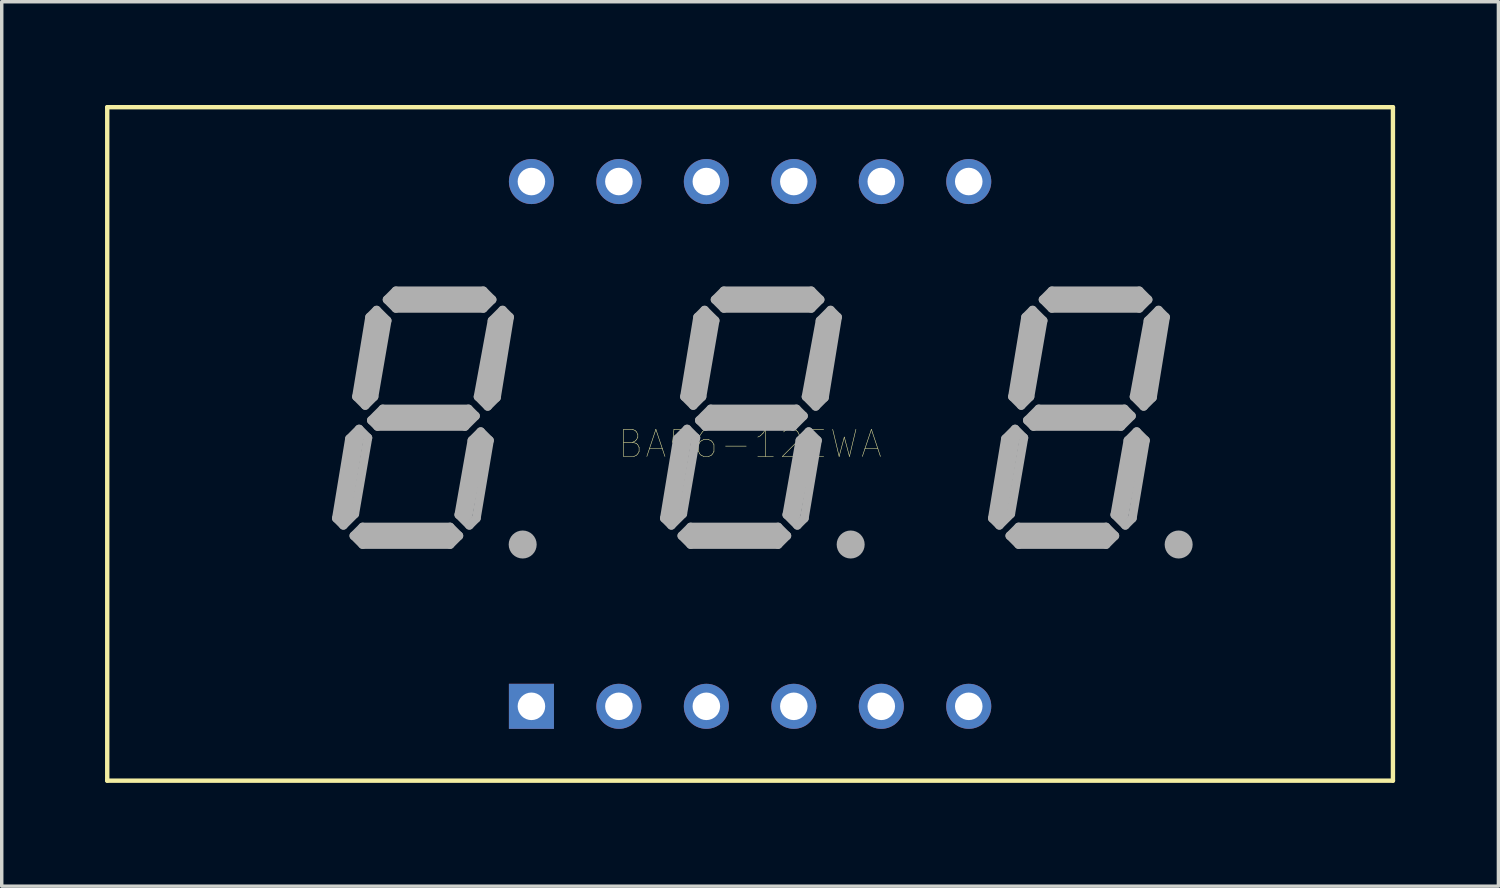
<source format=kicad_pcb>
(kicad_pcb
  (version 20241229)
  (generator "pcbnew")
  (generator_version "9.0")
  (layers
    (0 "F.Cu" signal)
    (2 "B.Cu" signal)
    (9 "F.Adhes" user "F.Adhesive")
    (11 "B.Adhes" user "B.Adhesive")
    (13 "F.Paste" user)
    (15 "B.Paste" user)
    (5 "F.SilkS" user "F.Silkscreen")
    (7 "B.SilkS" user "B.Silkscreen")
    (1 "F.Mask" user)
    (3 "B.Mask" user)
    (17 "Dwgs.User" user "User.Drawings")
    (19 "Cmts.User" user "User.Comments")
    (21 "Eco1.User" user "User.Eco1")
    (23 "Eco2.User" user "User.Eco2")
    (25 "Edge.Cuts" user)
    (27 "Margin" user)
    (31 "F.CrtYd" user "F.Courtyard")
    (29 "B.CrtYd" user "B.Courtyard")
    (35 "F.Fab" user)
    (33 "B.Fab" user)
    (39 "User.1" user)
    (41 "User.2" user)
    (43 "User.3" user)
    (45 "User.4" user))
  (footprint "BA56-12EWA"
    (layer "F.Cu")
    (at 18.733 9.842)
    (property "Reference" "BA56-12EWA" (at 0 0 0) (layer "F.SilkS") (effects (font (size 0.787 0.787) (thickness 0.015))))
    (attr through_hole)
    (fp_line (start -18.669 -9.779) (end 18.669 -9.779) (stroke (width 0.127) (type solid)) (layer "F.SilkS"))
    (fp_line (start -18.669 9.779) (end -18.669 -9.779) (stroke (width 0.127) (type solid)) (layer "F.SilkS"))
    (fp_line (start 18.669 -9.779) (end 18.669 9.779) (stroke (width 0.127) (type solid)) (layer "F.SilkS"))
    (fp_line (start 18.669 9.779) (end -18.669 9.779) (stroke (width 0.127) (type solid)) (layer "F.SilkS"))
    (fp_line (start -12.014 2.159) (end -11.811 2.362) (stroke (width 0.254) (type solid)) (layer "F.Fab"))
    (fp_line (start -11.811 2.159) (end -11.43 -0.127) (stroke (width 0.406) (type solid)) (layer "F.Fab"))
    (fp_line (start -11.811 2.362) (end -11.481 2.032) (stroke (width 0.254) (type solid)) (layer "F.Fab"))
    (fp_line (start -11.633 -0.152) (end -12.014 2.159) (stroke (width 0.254) (type solid)) (layer "F.Fab"))
    (fp_line (start -11.506 2.667) (end -11.252 2.413) (stroke (width 0.254) (type solid)) (layer "F.Fab"))
    (fp_line (start -11.481 2.032) (end -11.1 -0.178) (stroke (width 0.254) (type solid)) (layer "F.Fab"))
    (fp_line (start -11.43 -1.372) (end -11.049 -3.683) (stroke (width 0.254) (type solid)) (layer "F.Fab"))
    (fp_line (start -11.354 -0.432) (end -11.633 -0.152) (stroke (width 0.254) (type solid)) (layer "F.Fab"))
    (fp_line (start -11.354 -0.432) (end -11.1 -0.178) (stroke (width 0.254) (type solid)) (layer "F.Fab"))
    (fp_line (start -11.252 2.413) (end -8.712 2.413) (stroke (width 0.254) (type solid)) (layer "F.Fab"))
    (fp_line (start -11.252 2.921) (end -11.506 2.667) (stroke (width 0.254) (type solid)) (layer "F.Fab"))
    (fp_line (start -11.176 -1.118) (end -11.43 -1.372) (stroke (width 0.254) (type solid)) (layer "F.Fab"))
    (fp_line (start -11.049 -3.683) (end -10.846 -3.886) (stroke (width 0.254) (type solid)) (layer "F.Fab"))
    (fp_line (start -10.998 -0.686) (end -10.668 -1.016) (stroke (width 0.254) (type solid)) (layer "F.Fab"))
    (fp_line (start -10.922 -1.372) (end -11.176 -1.118) (stroke (width 0.254) (type solid)) (layer "F.Fab"))
    (fp_line (start -10.846 -3.886) (end -10.541 -3.581) (stroke (width 0.254) (type solid)) (layer "F.Fab"))
    (fp_line (start -10.82 -0.508) (end -10.998 -0.686) (stroke (width 0.254) (type solid)) (layer "F.Fab"))
    (fp_line (start -10.795 -3.556) (end -11.176 -1.397) (stroke (width 0.406) (type solid)) (layer "F.Fab"))
    (fp_line (start -10.795 -0.762) (end -8.255 -0.762) (stroke (width 0.406) (type solid)) (layer "F.Fab"))
    (fp_line (start -10.668 -1.016) (end -8.179 -1.016) (stroke (width 0.254) (type solid)) (layer "F.Fab"))
    (fp_line (start -10.541 -4.191) (end -10.287 -4.445) (stroke (width 0.254) (type solid)) (layer "F.Fab"))
    (fp_line (start -10.541 -3.581) (end -10.922 -1.372) (stroke (width 0.254) (type solid)) (layer "F.Fab"))
    (fp_line (start -10.287 -4.445) (end -7.747 -4.445) (stroke (width 0.254) (type solid)) (layer "F.Fab"))
    (fp_line (start -10.287 -3.937) (end -10.541 -4.191) (stroke (width 0.254) (type solid)) (layer "F.Fab"))
    (fp_line (start -8.763 2.667) (end -11.176 2.667) (stroke (width 0.406) (type solid)) (layer "F.Fab"))
    (fp_line (start -8.712 2.413) (end -8.458 2.667) (stroke (width 0.254) (type solid)) (layer "F.Fab"))
    (fp_line (start -8.712 2.921) (end -11.252 2.921) (stroke (width 0.254) (type solid)) (layer "F.Fab"))
    (fp_line (start -8.458 2.057) (end -8.153 2.362) (stroke (width 0.254) (type solid)) (layer "F.Fab"))
    (fp_line (start -8.458 2.667) (end -8.712 2.921) (stroke (width 0.254) (type solid)) (layer "F.Fab"))
    (fp_line (start -8.28 -0.508) (end -10.82 -0.508) (stroke (width 0.254) (type solid)) (layer "F.Fab"))
    (fp_line (start -8.179 -1.016) (end -7.976 -0.813) (stroke (width 0.254) (type solid)) (layer "F.Fab"))
    (fp_line (start -8.153 2.362) (end -7.95 2.159) (stroke (width 0.254) (type solid)) (layer "F.Fab"))
    (fp_line (start -8.077 -0.102) (end -8.458 2.057) (stroke (width 0.254) (type solid)) (layer "F.Fab"))
    (fp_line (start -7.976 -0.813) (end -8.28 -0.508) (stroke (width 0.254) (type solid)) (layer "F.Fab"))
    (fp_line (start -7.95 2.159) (end -7.569 -0.102) (stroke (width 0.254) (type solid)) (layer "F.Fab"))
    (fp_line (start -7.899 -1.372) (end -7.62 -1.092) (stroke (width 0.254) (type solid)) (layer "F.Fab"))
    (fp_line (start -7.874 0) (end -8.255 2.032) (stroke (width 0.406) (type solid)) (layer "F.Fab"))
    (fp_line (start -7.823 -0.356) (end -8.077 -0.102) (stroke (width 0.254) (type solid)) (layer "F.Fab"))
    (fp_line (start -7.747 -4.445) (end -7.493 -4.191) (stroke (width 0.254) (type solid)) (layer "F.Fab"))
    (fp_line (start -7.747 -4.191) (end -10.287 -4.191) (stroke (width 0.406) (type solid)) (layer "F.Fab"))
    (fp_line (start -7.747 -3.937) (end -10.287 -3.937) (stroke (width 0.254) (type solid)) (layer "F.Fab"))
    (fp_line (start -7.62 -1.092) (end -7.366 -1.346) (stroke (width 0.254) (type solid)) (layer "F.Fab"))
    (fp_line (start -7.569 -0.102) (end -7.823 -0.356) (stroke (width 0.254) (type solid)) (layer "F.Fab"))
    (fp_line (start -7.493 -4.191) (end -7.747 -3.937) (stroke (width 0.254) (type solid)) (layer "F.Fab"))
    (fp_line (start -7.493 -3.581) (end -7.899 -1.372) (stroke (width 0.254) (type solid)) (layer "F.Fab"))
    (fp_line (start -7.366 -1.346) (end -6.985 -3.683) (stroke (width 0.254) (type solid)) (layer "F.Fab"))
    (fp_line (start -7.239 -3.556) (end -7.62 -1.397) (stroke (width 0.406) (type solid)) (layer "F.Fab"))
    (fp_line (start -7.188 -3.886) (end -7.493 -3.581) (stroke (width 0.254) (type solid)) (layer "F.Fab"))
    (fp_line (start -6.985 -3.683) (end -7.188 -3.886) (stroke (width 0.254) (type solid)) (layer "F.Fab"))
    (fp_line (start -6.731 2.921) (end -6.477 2.921) (stroke (width 0.305) (type solid)) (layer "F.Fab"))
    (fp_line (start -2.489 2.159) (end -2.286 2.362) (stroke (width 0.254) (type solid)) (layer "F.Fab"))
    (fp_line (start -2.286 2.159) (end -1.905 -0.127) (stroke (width 0.406) (type solid)) (layer "F.Fab"))
    (fp_line (start -2.286 2.362) (end -1.956 2.032) (stroke (width 0.254) (type solid)) (layer "F.Fab"))
    (fp_line (start -2.108 -0.152) (end -2.489 2.159) (stroke (width 0.254) (type solid)) (layer "F.Fab"))
    (fp_line (start -1.981 2.667) (end -1.727 2.413) (stroke (width 0.254) (type solid)) (layer "F.Fab"))
    (fp_line (start -1.956 2.032) (end -1.575 -0.178) (stroke (width 0.254) (type solid)) (layer "F.Fab"))
    (fp_line (start -1.905 -1.372) (end -1.524 -3.683) (stroke (width 0.254) (type solid)) (layer "F.Fab"))
    (fp_line (start -1.829 -0.432) (end -2.108 -0.152) (stroke (width 0.254) (type solid)) (layer "F.Fab"))
    (fp_line (start -1.829 -0.432) (end -1.575 -0.178) (stroke (width 0.254) (type solid)) (layer "F.Fab"))
    (fp_line (start -1.727 2.413) (end 0.813 2.413) (stroke (width 0.254) (type solid)) (layer "F.Fab"))
    (fp_line (start -1.727 2.921) (end -1.981 2.667) (stroke (width 0.254) (type solid)) (layer "F.Fab"))
    (fp_line (start -1.651 -1.118) (end -1.905 -1.372) (stroke (width 0.254) (type solid)) (layer "F.Fab"))
    (fp_line (start -1.524 -3.683) (end -1.321 -3.886) (stroke (width 0.254) (type solid)) (layer "F.Fab"))
    (fp_line (start -1.473 -0.686) (end -1.143 -1.016) (stroke (width 0.254) (type solid)) (layer "F.Fab"))
    (fp_line (start -1.397 -1.372) (end -1.651 -1.118) (stroke (width 0.254) (type solid)) (layer "F.Fab"))
    (fp_line (start -1.321 -3.886) (end -1.016 -3.581) (stroke (width 0.254) (type solid)) (layer "F.Fab"))
    (fp_line (start -1.295 -0.508) (end -1.473 -0.686) (stroke (width 0.254) (type solid)) (layer "F.Fab"))
    (fp_line (start -1.27 -3.556) (end -1.651 -1.397) (stroke (width 0.406) (type solid)) (layer "F.Fab"))
    (fp_line (start -1.27 -0.762) (end 1.27 -0.762) (stroke (width 0.406) (type solid)) (layer "F.Fab"))
    (fp_line (start -1.143 -1.016) (end 1.346 -1.016) (stroke (width 0.254) (type solid)) (layer "F.Fab"))
    (fp_line (start -1.016 -4.191) (end -0.762 -4.445) (stroke (width 0.254) (type solid)) (layer "F.Fab"))
    (fp_line (start -1.016 -3.581) (end -1.397 -1.372) (stroke (width 0.254) (type solid)) (layer "F.Fab"))
    (fp_line (start -0.762 -4.445) (end 1.778 -4.445) (stroke (width 0.254) (type solid)) (layer "F.Fab"))
    (fp_line (start -0.762 -3.937) (end -1.016 -4.191) (stroke (width 0.254) (type solid)) (layer "F.Fab"))
    (fp_line (start 0.762 2.667) (end -1.651 2.667) (stroke (width 0.406) (type solid)) (layer "F.Fab"))
    (fp_line (start 0.813 2.413) (end 1.067 2.667) (stroke (width 0.254) (type solid)) (layer "F.Fab"))
    (fp_line (start 0.813 2.921) (end -1.727 2.921) (stroke (width 0.254) (type solid)) (layer "F.Fab"))
    (fp_line (start 1.067 2.057) (end 1.372 2.362) (stroke (width 0.254) (type solid)) (layer "F.Fab"))
    (fp_line (start 1.067 2.667) (end 0.813 2.921) (stroke (width 0.254) (type solid)) (layer "F.Fab"))
    (fp_line (start 1.245 -0.508) (end -1.295 -0.508) (stroke (width 0.254) (type solid)) (layer "F.Fab"))
    (fp_line (start 1.346 -1.016) (end 1.549 -0.813) (stroke (width 0.254) (type solid)) (layer "F.Fab"))
    (fp_line (start 1.372 2.362) (end 1.575 2.159) (stroke (width 0.254) (type solid)) (layer "F.Fab"))
    (fp_line (start 1.448 -0.102) (end 1.067 2.057) (stroke (width 0.254) (type solid)) (layer "F.Fab"))
    (fp_line (start 1.549 -0.813) (end 1.245 -0.508) (stroke (width 0.254) (type solid)) (layer "F.Fab"))
    (fp_line (start 1.575 2.159) (end 1.956 -0.102) (stroke (width 0.254) (type solid)) (layer "F.Fab"))
    (fp_line (start 1.626 -1.372) (end 1.905 -1.092) (stroke (width 0.254) (type solid)) (layer "F.Fab"))
    (fp_line (start 1.651 0) (end 1.27 2.032) (stroke (width 0.406) (type solid)) (layer "F.Fab"))
    (fp_line (start 1.702 -0.356) (end 1.448 -0.102) (stroke (width 0.254) (type solid)) (layer "F.Fab"))
    (fp_line (start 1.778 -4.445) (end 2.032 -4.191) (stroke (width 0.254) (type solid)) (layer "F.Fab"))
    (fp_line (start 1.778 -4.191) (end -0.762 -4.191) (stroke (width 0.406) (type solid)) (layer "F.Fab"))
    (fp_line (start 1.778 -3.937) (end -0.762 -3.937) (stroke (width 0.254) (type solid)) (layer "F.Fab"))
    (fp_line (start 1.905 -1.092) (end 2.159 -1.346) (stroke (width 0.254) (type solid)) (layer "F.Fab"))
    (fp_line (start 1.956 -0.102) (end 1.702 -0.356) (stroke (width 0.254) (type solid)) (layer "F.Fab"))
    (fp_line (start 2.032 -4.191) (end 1.778 -3.937) (stroke (width 0.254) (type solid)) (layer "F.Fab"))
    (fp_line (start 2.032 -3.581) (end 1.626 -1.372) (stroke (width 0.254) (type solid)) (layer "F.Fab"))
    (fp_line (start 2.159 -1.346) (end 2.54 -3.683) (stroke (width 0.254) (type solid)) (layer "F.Fab"))
    (fp_line (start 2.286 -3.556) (end 1.905 -1.397) (stroke (width 0.406) (type solid)) (layer "F.Fab"))
    (fp_line (start 2.337 -3.886) (end 2.032 -3.581) (stroke (width 0.254) (type solid)) (layer "F.Fab"))
    (fp_line (start 2.54 -3.683) (end 2.337 -3.886) (stroke (width 0.254) (type solid)) (layer "F.Fab"))
    (fp_line (start 2.794 2.921) (end 3.048 2.921) (stroke (width 0.305) (type solid)) (layer "F.Fab"))
    (fp_line (start 7.036 2.159) (end 7.239 2.362) (stroke (width 0.254) (type solid)) (layer "F.Fab"))
    (fp_line (start 7.239 2.159) (end 7.62 -0.127) (stroke (width 0.406) (type solid)) (layer "F.Fab"))
    (fp_line (start 7.239 2.362) (end 7.569 2.032) (stroke (width 0.254) (type solid)) (layer "F.Fab"))
    (fp_line (start 7.417 -0.152) (end 7.036 2.159) (stroke (width 0.254) (type solid)) (layer "F.Fab"))
    (fp_line (start 7.544 2.667) (end 7.798 2.413) (stroke (width 0.254) (type solid)) (layer "F.Fab"))
    (fp_line (start 7.569 2.032) (end 7.95 -0.178) (stroke (width 0.254) (type solid)) (layer "F.Fab"))
    (fp_line (start 7.62 -1.372) (end 8.001 -3.683) (stroke (width 0.254) (type solid)) (layer "F.Fab"))
    (fp_line (start 7.696 -0.432) (end 7.417 -0.152) (stroke (width 0.254) (type solid)) (layer "F.Fab"))
    (fp_line (start 7.696 -0.432) (end 7.95 -0.178) (stroke (width 0.254) (type solid)) (layer "F.Fab"))
    (fp_line (start 7.798 2.413) (end 10.338 2.413) (stroke (width 0.254) (type solid)) (layer "F.Fab"))
    (fp_line (start 7.798 2.921) (end 7.544 2.667) (stroke (width 0.254) (type solid)) (layer "F.Fab"))
    (fp_line (start 7.874 -1.118) (end 7.62 -1.372) (stroke (width 0.254) (type solid)) (layer "F.Fab"))
    (fp_line (start 8.001 -3.683) (end 8.204 -3.886) (stroke (width 0.254) (type solid)) (layer "F.Fab"))
    (fp_line (start 8.052 -0.686) (end 8.382 -1.016) (stroke (width 0.254) (type solid)) (layer "F.Fab"))
    (fp_line (start 8.128 -1.372) (end 7.874 -1.118) (stroke (width 0.254) (type solid)) (layer "F.Fab"))
    (fp_line (start 8.204 -3.886) (end 8.509 -3.581) (stroke (width 0.254) (type solid)) (layer "F.Fab"))
    (fp_line (start 8.23 -0.508) (end 8.052 -0.686) (stroke (width 0.254) (type solid)) (layer "F.Fab"))
    (fp_line (start 8.255 -3.556) (end 7.874 -1.397) (stroke (width 0.406) (type solid)) (layer "F.Fab"))
    (fp_line (start 8.255 -0.762) (end 10.795 -0.762) (stroke (width 0.406) (type solid)) (layer "F.Fab"))
    (fp_line (start 8.382 -1.016) (end 10.871 -1.016) (stroke (width 0.254) (type solid)) (layer "F.Fab"))
    (fp_line (start 8.509 -4.191) (end 8.763 -4.445) (stroke (width 0.254) (type solid)) (layer "F.Fab"))
    (fp_line (start 8.509 -3.581) (end 8.128 -1.372) (stroke (width 0.254) (type solid)) (layer "F.Fab"))
    (fp_line (start 8.763 -4.445) (end 11.303 -4.445) (stroke (width 0.254) (type solid)) (layer "F.Fab"))
    (fp_line (start 8.763 -3.937) (end 8.509 -4.191) (stroke (width 0.254) (type solid)) (layer "F.Fab"))
    (fp_line (start 10.287 2.667) (end 7.874 2.667) (stroke (width 0.406) (type solid)) (layer "F.Fab"))
    (fp_line (start 10.338 2.413) (end 10.592 2.667) (stroke (width 0.254) (type solid)) (layer "F.Fab"))
    (fp_line (start 10.338 2.921) (end 7.798 2.921) (stroke (width 0.254) (type solid)) (layer "F.Fab"))
    (fp_line (start 10.592 2.057) (end 10.897 2.362) (stroke (width 0.254) (type solid)) (layer "F.Fab"))
    (fp_line (start 10.592 2.667) (end 10.338 2.921) (stroke (width 0.254) (type solid)) (layer "F.Fab"))
    (fp_line (start 10.77 -0.508) (end 8.23 -0.508) (stroke (width 0.254) (type solid)) (layer "F.Fab"))
    (fp_line (start 10.871 -1.016) (end 11.074 -0.813) (stroke (width 0.254) (type solid)) (layer "F.Fab"))
    (fp_line (start 10.897 2.362) (end 11.1 2.159) (stroke (width 0.254) (type solid)) (layer "F.Fab"))
    (fp_line (start 10.973 -0.102) (end 10.592 2.057) (stroke (width 0.254) (type solid)) (layer "F.Fab"))
    (fp_line (start 11.074 -0.813) (end 10.77 -0.508) (stroke (width 0.254) (type solid)) (layer "F.Fab"))
    (fp_line (start 11.1 2.159) (end 11.481 -0.102) (stroke (width 0.254) (type solid)) (layer "F.Fab"))
    (fp_line (start 11.151 -1.372) (end 11.43 -1.092) (stroke (width 0.254) (type solid)) (layer "F.Fab"))
    (fp_line (start 11.176 0) (end 10.795 2.032) (stroke (width 0.406) (type solid)) (layer "F.Fab"))
    (fp_line (start 11.227 -0.356) (end 10.973 -0.102) (stroke (width 0.254) (type solid)) (layer "F.Fab"))
    (fp_line (start 11.303 -4.445) (end 11.557 -4.191) (stroke (width 0.254) (type solid)) (layer "F.Fab"))
    (fp_line (start 11.303 -4.191) (end 8.763 -4.191) (stroke (width 0.406) (type solid)) (layer "F.Fab"))
    (fp_line (start 11.303 -3.937) (end 8.763 -3.937) (stroke (width 0.254) (type solid)) (layer "F.Fab"))
    (fp_line (start 11.43 -1.092) (end 11.684 -1.346) (stroke (width 0.254) (type solid)) (layer "F.Fab"))
    (fp_line (start 11.481 -0.102) (end 11.227 -0.356) (stroke (width 0.254) (type solid)) (layer "F.Fab"))
    (fp_line (start 11.557 -4.191) (end 11.303 -3.937) (stroke (width 0.254) (type solid)) (layer "F.Fab"))
    (fp_line (start 11.557 -3.581) (end 11.151 -1.372) (stroke (width 0.254) (type solid)) (layer "F.Fab"))
    (fp_line (start 11.684 -1.346) (end 12.065 -3.683) (stroke (width 0.254) (type solid)) (layer "F.Fab"))
    (fp_line (start 11.811 -3.556) (end 11.43 -1.397) (stroke (width 0.406) (type solid)) (layer "F.Fab"))
    (fp_line (start 11.862 -3.886) (end 11.557 -3.581) (stroke (width 0.254) (type solid)) (layer "F.Fab"))
    (fp_line (start 12.065 -3.683) (end 11.862 -3.886) (stroke (width 0.254) (type solid)) (layer "F.Fab"))
    (fp_line (start 12.319 2.921) (end 12.573 2.921) (stroke (width 0.305) (type solid)) (layer "F.Fab"))
    (fp_circle (center -6.604 2.921) (end -6.35 2.921) (stroke (width 0.305) (type solid)) (fill no) (layer "F.Fab"))
    (fp_circle (center 2.921 2.921) (end 3.175 2.921) (stroke (width 0.305) (type solid)) (fill no) (layer "F.Fab"))
    (fp_circle (center 12.446 2.921) (end 12.7 2.921) (stroke (width 0.305) (type solid)) (fill no) (layer "F.Fab"))
    (pad "P$1" thru_hole rect (at -6.35 7.62) (size 1.308 1.308) (drill 0.8) (layers "*.Cu" "*.Mask"))
    (pad "P$2" thru_hole circle (at -3.81 7.62) (size 1.308 1.308) (drill 0.8) (layers "*.Cu" "*.Mask"))
    (pad "P$3" thru_hole circle (at -1.27 7.62) (size 1.308 1.308) (drill 0.8) (layers "*.Cu" "*.Mask"))
    (pad "P$4" thru_hole circle (at 1.27 7.62) (size 1.308 1.308) (drill 0.8) (layers "*.Cu" "*.Mask"))
    (pad "P$5" thru_hole circle (at 3.81 7.62) (size 1.308 1.308) (drill 0.8) (layers "*.Cu" "*.Mask"))
    (pad "P$6" thru_hole circle (at 6.35 7.62) (size 1.308 1.308) (drill 0.8) (layers "*.Cu" "*.Mask"))
    (pad "P$7" thru_hole circle (at 6.35 -7.62) (size 1.308 1.308) (drill 0.8) (layers "*.Cu" "*.Mask"))
    (pad "P$8" thru_hole circle (at 3.81 -7.62) (size 1.308 1.308) (drill 0.8) (layers "*.Cu" "*.Mask"))
    (pad "P$9" thru_hole circle (at 1.27 -7.62) (size 1.308 1.308) (drill 0.8) (layers "*.Cu" "*.Mask"))
    (pad "P$10" thru_hole circle (at -1.27 -7.62) (size 1.308 1.308) (drill 0.8) (layers "*.Cu" "*.Mask"))
    (pad "P$11" thru_hole circle (at -3.81 -7.62) (size 1.308 1.308) (drill 0.8) (layers "*.Cu" "*.Mask"))
    (pad "P$12" thru_hole circle (at -6.35 -7.62) (size 1.308 1.308) (drill 0.8) (layers "*.Cu" "*.Mask")))
  (gr_rect
    (start -3 -3)
    (end 40.465 22.685)
    (stroke (width 0.1) (type default))
    (fill no)
    (layer "Edge.Cuts")))
</source>
